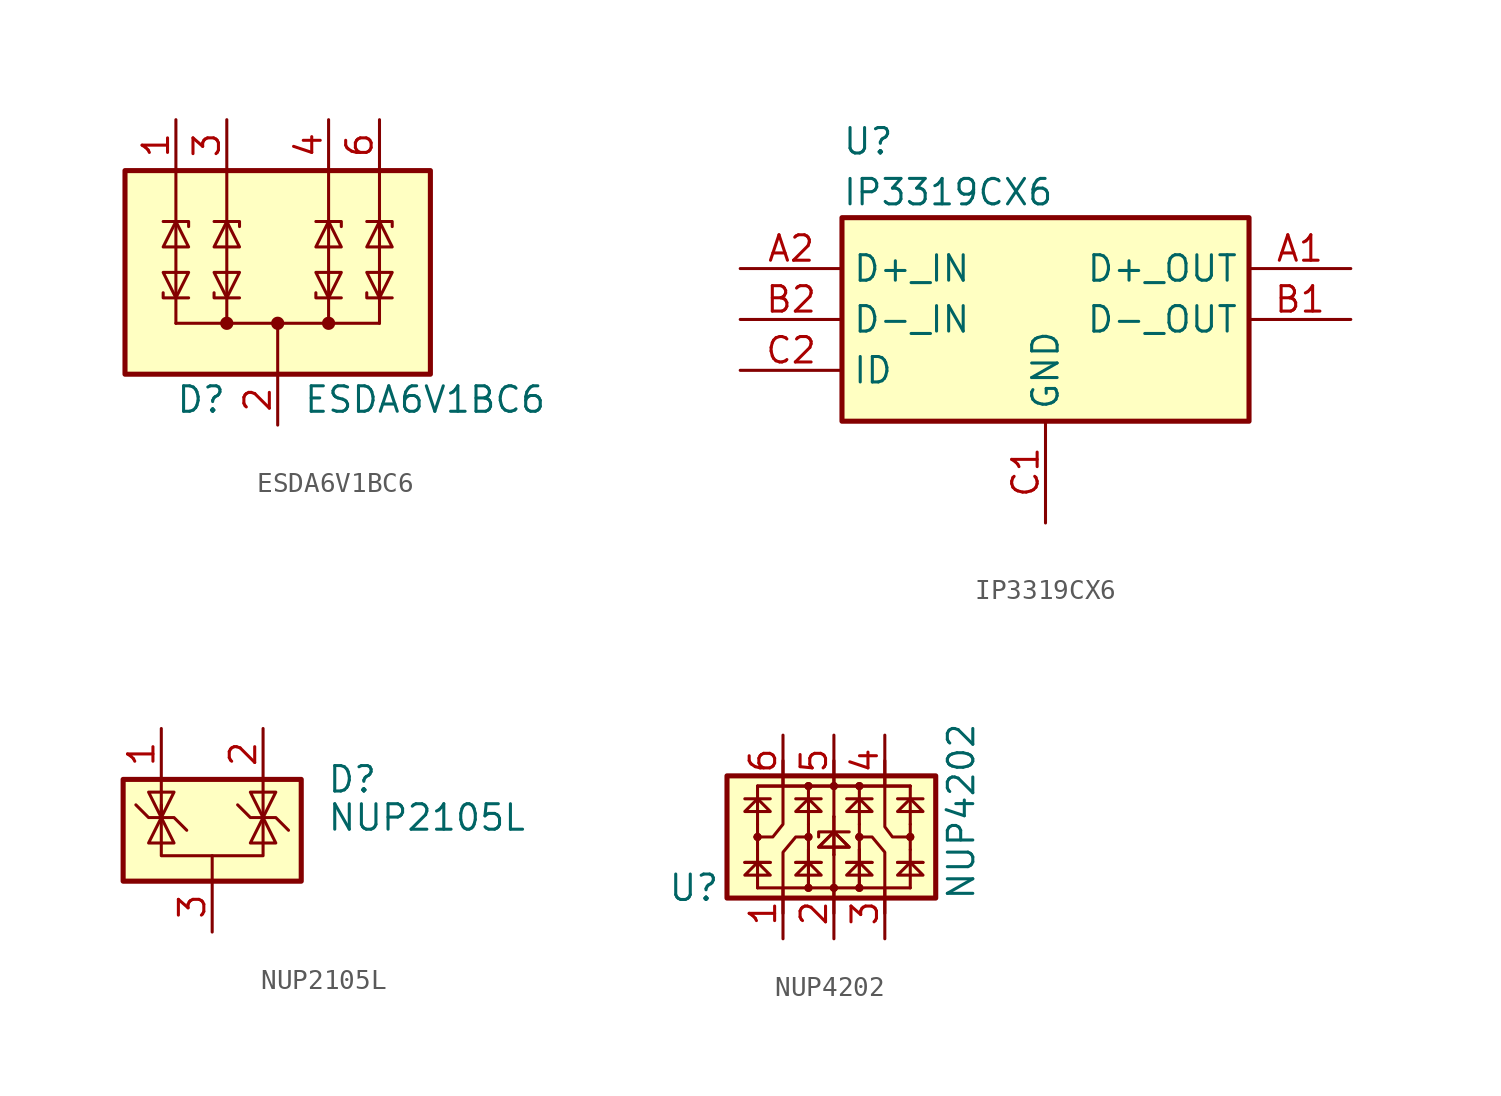
<source format=kicad_sym>
(kicad_symbol_lib
  (version 20201005)
  (generator kicad_symbol_editor)
  (symbol "ESDA6V1BC6"
    (pin_names hide)
    (property "Reference" "D"
      (at -2.54 -6.35 0)
      (effects (font (size 1.27 1.27)) (justify right)))
    (property "Value" "ESDA6V1BC6"
      (at 1.27 -6.35 0)
      (effects (font (size 1.27 1.27)) (justify left)))
    (symbol "ESDA6V1BC6_0_0"
      (pin passive line (at 0 -7.62 90) (length 2.54) (name "COM" (effects (font (size 1.27 1.27)))) (number "2" (effects (font (size 1.27 1.27))))))
    (symbol "ESDA6V1BC6_0_1"
      (circle (center -2.54 -2.54) (radius 0.254) (stroke (width 0)) (fill (type outline)))
      (circle (center 0 -2.54) (radius 0.254) (stroke (width 0)) (fill (type outline)))
      (circle (center 2.54 -2.54) (radius 0.254) (stroke (width 0)) (fill (type outline)))
      (rectangle (start -7.62 5.08) (end 7.62 -5.08) (stroke (width 0.254)) (fill (type background)))
      (polyline (pts (xy -5.08 -2.54) (xy -5.08 -1.27)) (stroke (width 0)) (fill (type none)))
      (polyline (pts (xy -5.08 -2.54) (xy 5.08 -2.54)) (stroke (width 0)) (fill (type none)))
      (polyline (pts (xy -5.08 2.54) (xy -5.08 -1.27)) (stroke (width 0)) (fill (type none)))
      (polyline (pts (xy -5.08 5.08) (xy -5.08 2.54)) (stroke (width 0)) (fill (type none)))
      (polyline (pts (xy -2.54 -2.54) (xy -2.54 -1.27)) (stroke (width 0)) (fill (type none)))
      (polyline (pts (xy -2.54 2.54) (xy -2.54 -1.27)) (stroke (width 0)) (fill (type none)))
      (polyline (pts (xy -2.54 5.08) (xy -2.54 2.54)) (stroke (width 0)) (fill (type none)))
      (polyline (pts (xy 0 -2.54) (xy 0 -5.08)) (stroke (width 0)) (fill (type none)))
      (polyline (pts (xy 2.54 -2.54) (xy 2.54 -1.27)) (stroke (width 0)) (fill (type none)))
      (polyline (pts (xy 2.54 2.54) (xy 2.54 -1.27)) (stroke (width 0)) (fill (type none)))
      (polyline (pts (xy 2.54 5.08) (xy 2.54 2.54)) (stroke (width 0)) (fill (type none)))
      (polyline (pts (xy 5.08 -2.54) (xy 5.08 -1.27)) (stroke (width 0)) (fill (type none)))
      (polyline (pts (xy 5.08 2.54) (xy 5.08 -1.27)) (stroke (width 0)) (fill (type none)))
      (polyline (pts (xy 5.08 5.08) (xy 5.08 2.54)) (stroke (width 0)) (fill (type none)))
      (polyline (pts (xy -5.715 -1.016) (xy -5.715 -1.27) (xy -4.445 -1.27)) (stroke (width 0)) (fill (type none)))
      (polyline (pts (xy -5.715 2.54) (xy -4.445 2.54) (xy -4.445 2.286)) (stroke (width 0)) (fill (type none)))
      (polyline (pts (xy -3.175 -1.016) (xy -3.175 -1.27) (xy -1.905 -1.27)) (stroke (width 0)) (fill (type none)))
      (polyline (pts (xy -3.175 2.54) (xy -1.905 2.54) (xy -1.905 2.286)) (stroke (width 0)) (fill (type none)))
      (polyline (pts (xy 1.905 -1.016) (xy 1.905 -1.27) (xy 3.175 -1.27)) (stroke (width 0)) (fill (type none)))
      (polyline (pts (xy 1.905 2.54) (xy 3.175 2.54) (xy 3.175 2.286)) (stroke (width 0)) (fill (type none)))
      (polyline (pts (xy 4.445 -1.016) (xy 4.445 -1.27) (xy 5.715 -1.27)) (stroke (width 0)) (fill (type none)))
      (polyline (pts (xy 4.445 2.54) (xy 5.715 2.54) (xy 5.715 2.286)) (stroke (width 0)) (fill (type none)))
      (polyline (pts (xy -5.08 -1.27) (xy -5.715 0) (xy -4.445 0) (xy -5.08 -1.27)) (stroke (width 0)) (fill (type none)))
      (polyline (pts (xy -5.08 2.54) (xy -4.445 1.27) (xy -5.715 1.27) (xy -5.08 2.54)) (stroke (width 0)) (fill (type none)))
      (polyline (pts (xy -2.54 -1.27) (xy -3.175 0) (xy -1.905 0) (xy -2.54 -1.27)) (stroke (width 0)) (fill (type none)))
      (polyline (pts (xy -2.54 2.54) (xy -1.905 1.27) (xy -3.175 1.27) (xy -2.54 2.54)) (stroke (width 0)) (fill (type none)))
      (polyline (pts (xy 2.54 -1.27) (xy 1.905 0) (xy 3.175 0) (xy 2.54 -1.27)) (stroke (width 0)) (fill (type none)))
      (polyline (pts (xy 2.54 2.54) (xy 3.175 1.27) (xy 1.905 1.27) (xy 2.54 2.54)) (stroke (width 0)) (fill (type none)))
      (polyline (pts (xy 5.08 -1.27) (xy 4.445 0) (xy 5.715 0) (xy 5.08 -1.27)) (stroke (width 0)) (fill (type none)))
      (polyline (pts (xy 5.08 2.54) (xy 5.715 1.27) (xy 4.445 1.27) (xy 5.08 2.54)) (stroke (width 0)) (fill (type none))))
    (symbol "ESDA6V1BC6_1_1"
      (pin passive line (at -5.08 7.62 270) (length 2.54) (name "TVS1" (effects (font (size 1.27 1.27)))) (number "1" (effects (font (size 1.27 1.27)))))
      (pin passive line (at -2.54 7.62 270) (length 2.54) (name "TVS2" (effects (font (size 1.27 1.27)))) (number "3" (effects (font (size 1.27 1.27)))))
      (pin passive line (at 2.54 7.62 270) (length 2.54) (name "TVS3" (effects (font (size 1.27 1.27)))) (number "4" (effects (font (size 1.27 1.27)))))
      (pin passive line (at 0 -7.62 90) (length 2.54) hide (name "COM" (effects (font (size 1.27 1.27)))) (number "5" (effects (font (size 1.27 1.27)))))
      (pin passive line (at 5.08 7.62 270) (length 2.54) (name "TVS4" (effects (font (size 1.27 1.27)))) (number "6" (effects (font (size 1.27 1.27)))))))
  (symbol "IP3319CX6"
    (property "Reference" "U"
      (at -10.16 8.89 0)
      (effects (font (size 1.27 1.27)) (justify left)))
    (property "Value" "IP3319CX6"
      (at -10.16 6.35 0)
      (effects (font (size 1.27 1.27)) (justify left)))
    (symbol "IP3319CX6_0_1"
      (rectangle (start -10.16 5.08) (end 10.16 -5.08) (stroke (width 0.254)) (fill (type background))))
    (symbol "IP3319CX6_1_1"
      (pin passive line (at 15.24 2.54 180) (length 5.08) (name "D+_OUT" (effects (font (size 1.27 1.27)))) (number "A1" (effects (font (size 1.27 1.27)))))
      (pin passive line (at -15.24 2.54 0) (length 5.08) (name "D+_IN" (effects (font (size 1.27 1.27)))) (number "A2" (effects (font (size 1.27 1.27)))))
      (pin passive line (at 15.24 0 180) (length 5.08) (name "D-_OUT" (effects (font (size 1.27 1.27)))) (number "B1" (effects (font (size 1.27 1.27)))))
      (pin passive line (at -15.24 0 0) (length 5.08) (name "D-_IN" (effects (font (size 1.27 1.27)))) (number "B2" (effects (font (size 1.27 1.27)))))
      (pin power_in line (at 0 -10.16 90) (length 5.08) (name "GND" (effects (font (size 1.27 1.27)))) (number "C1" (effects (font (size 1.27 1.27)))))
      (pin passive line (at -15.24 -2.54 0) (length 5.08) (name "ID" (effects (font (size 1.27 1.27)))) (number "C2" (effects (font (size 1.27 1.27)))))))
  (symbol "NUP2105L"
    (pin_names hide)
    (property "Reference" "D"
      (at 5.715 2.54 0)
      (effects (font (size 1.27 1.27)) (justify left)))
    (property "Value" "NUP2105L"
      (at 5.715 0.635 0)
      (effects (font (size 1.27 1.27)) (justify left)))
    (symbol "NUP2105L_0_0"
      (pin passive line (at 0 -5.08 90) (length 2.54) (name "A" (effects (font (size 1.27 1.27)))) (number "3" (effects (font (size 1.27 1.27))))))
    (symbol "NUP2105L_0_1"
      (rectangle (start -4.445 2.54) (end 4.445 -2.54) (stroke (width 0.254)) (fill (type background)))
      (polyline (pts (xy -2.54 2.54) (xy -2.54 0.635)) (stroke (width 0)) (fill (type none)))
      (polyline (pts (xy 0 -1.27) (xy 0 -2.54)) (stroke (width 0)) (fill (type none)))
      (polyline (pts (xy 2.54 2.54) (xy 2.54 0.635)) (stroke (width 0)) (fill (type none)))
      (polyline (pts (xy -3.81 1.27) (xy -3.175 0.635) (xy -1.905 0.635) (xy -1.27 0)) (stroke (width 0)) (fill (type none)))
      (polyline (pts (xy -2.54 0.635) (xy -2.54 -1.27) (xy 2.54 -1.27) (xy 2.54 0.635)) (stroke (width 0)) (fill (type none)))
      (polyline (pts (xy -2.54 0.635) (xy -1.905 -0.635) (xy -3.175 -0.635) (xy -2.54 0.635)) (stroke (width 0)) (fill (type none)))
      (polyline (pts (xy 2.54 0.635) (xy 1.905 -0.635) (xy 3.175 -0.635) (xy 2.54 0.635)) (stroke (width 0)) (fill (type none)))
      (polyline (pts (xy 2.54 0.635) (xy 3.175 1.905) (xy 1.905 1.905) (xy 2.54 0.635)) (stroke (width 0)) (fill (type none)))
      (polyline (pts (xy -2.54 0.635) (xy -3.175 1.905) (xy -1.905 1.905) (xy -2.54 0.635) (xy -2.54 1.27)) (stroke (width 0)) (fill (type none)))
      (polyline (pts (xy 1.27 1.27) (xy 1.905 0.635) (xy 2.54 0.635) (xy 3.175 0.635) (xy 3.81 0)) (stroke (width 0)) (fill (type none))))
    (symbol "NUP2105L_1_1"
      (pin passive line (at -2.54 5.08 270) (length 2.54) (name "K" (effects (font (size 1.27 1.27)))) (number "1" (effects (font (size 1.27 1.27)))))
      (pin passive line (at 2.54 5.08 270) (length 2.54) (name "K" (effects (font (size 1.27 1.27)))) (number "2" (effects (font (size 1.27 1.27)))))))
  (symbol "NUP4202"
    (property "Reference" "U"
      (at -6.985 -2.54 0)
      (effects (font (size 1.27 1.27))))
    (property "Value" "NUP4202"
      (at 6.35 1.27 90)
      (effects (font (size 1.27 1.27))))
    (symbol "NUP4202_0_1"
      (circle (center -3.81 0) (radius 0.127) (stroke (width 0)) (fill (type none)))
      (circle (center -3.81 0) (radius 0.127) (stroke (width 0)) (fill (type none)))
      (circle (center -1.27 -2.54) (radius 0.127) (stroke (width 0)) (fill (type none)))
      (circle (center -1.27 -2.54) (radius 0.127) (stroke (width 0)) (fill (type none)))
      (circle (center -1.27 0) (radius 0.127) (stroke (width 0)) (fill (type none)))
      (circle (center -1.27 0) (radius 0.127) (stroke (width 0)) (fill (type none)))
      (circle (center -1.27 2.54) (radius 0.127) (stroke (width 0)) (fill (type none)))
      (circle (center -1.27 2.54) (radius 0.127) (stroke (width 0)) (fill (type none)))
      (circle (center 0 -2.54) (radius 0.127) (stroke (width 0)) (fill (type none)))
      (circle (center 0 -2.54) (radius 0.127) (stroke (width 0)) (fill (type none)))
      (circle (center 0 2.54) (radius 0.127) (stroke (width 0)) (fill (type none)))
      (circle (center 0 2.54) (radius 0.127) (stroke (width 0)) (fill (type none)))
      (circle (center 1.27 -2.54) (radius 0.127) (stroke (width 0)) (fill (type none)))
      (circle (center 1.27 -2.54) (radius 0.127) (stroke (width 0)) (fill (type none)))
      (circle (center 1.27 0) (radius 0.127) (stroke (width 0)) (fill (type none)))
      (circle (center 1.27 0) (radius 0.127) (stroke (width 0)) (fill (type none)))
      (circle (center 1.27 2.54) (radius 0.127) (stroke (width 0)) (fill (type none)))
      (circle (center 1.27 2.54) (radius 0.127) (stroke (width 0)) (fill (type none)))
      (circle (center 3.81 0) (radius 0.127) (stroke (width 0)) (fill (type none)))
      (circle (center 3.81 0) (radius 0.127) (stroke (width 0)) (fill (type none)))
      (rectangle (start -5.334 3.048) (end 5.08 -3.048) (stroke (width 0.254)) (fill (type background)))
      (polyline (pts (xy -4.445 -1.27) (xy -3.175 -1.27)) (stroke (width 0)) (fill (type none)))
      (polyline (pts (xy -4.445 -1.27) (xy -3.175 -1.27)) (stroke (width 0)) (fill (type none)))
      (polyline (pts (xy -4.445 1.905) (xy -3.175 1.905)) (stroke (width 0)) (fill (type none)))
      (polyline (pts (xy -3.81 -2.54) (xy -3.81 -0.635)) (stroke (width 0)) (fill (type none)))
      (polyline (pts (xy -3.81 -2.54) (xy 3.81 -2.54)) (stroke (width 0)) (fill (type none)))
      (polyline (pts (xy -3.81 -0.635) (xy -3.81 0.635)) (stroke (width 0)) (fill (type none)))
      (polyline (pts (xy -3.81 0.635) (xy -3.81 2.54)) (stroke (width 0)) (fill (type none)))
      (polyline (pts (xy -3.81 2.54) (xy 3.81 2.54)) (stroke (width 0)) (fill (type none)))
      (polyline (pts (xy -3.81 2.54) (xy 3.81 2.54)) (stroke (width 0)) (fill (type none)))
      (polyline (pts (xy -1.905 -1.27) (xy -0.635 -1.27)) (stroke (width 0)) (fill (type none)))
      (polyline (pts (xy -1.905 -1.27) (xy -0.635 -1.27)) (stroke (width 0)) (fill (type none)))
      (polyline (pts (xy -1.905 1.905) (xy -0.635 1.905)) (stroke (width 0)) (fill (type none)))
      (polyline (pts (xy -1.27 -2.54) (xy -1.27 -0.635)) (stroke (width 0)) (fill (type none)))
      (polyline (pts (xy -1.27 -2.54) (xy -1.27 -0.635)) (stroke (width 0)) (fill (type none)))
      (polyline (pts (xy -1.27 0.635) (xy -1.27 -0.635)) (stroke (width 0)) (fill (type none)))
      (polyline (pts (xy -1.27 0.635) (xy -1.27 2.54)) (stroke (width 0)) (fill (type none)))
      (polyline (pts (xy 0 -0.889) (xy 0 -3.81)) (stroke (width 0)) (fill (type none)))
      (polyline (pts (xy 0 -0.889) (xy 0 1.016)) (stroke (width 0)) (fill (type none)))
      (polyline (pts (xy 0 -0.889) (xy 0 1.016)) (stroke (width 0)) (fill (type none)))
      (polyline (pts (xy 0 1.016) (xy 0 3.81)) (stroke (width 0)) (fill (type none)))
      (polyline (pts (xy 0.635 -1.27) (xy 1.905 -1.27)) (stroke (width 0)) (fill (type none)))
      (polyline (pts (xy 0.635 -1.27) (xy 1.905 -1.27)) (stroke (width 0)) (fill (type none)))
      (polyline (pts (xy 0.635 1.905) (xy 1.905 1.905)) (stroke (width 0)) (fill (type none)))
      (polyline (pts (xy 1.27 -2.54) (xy 1.27 -0.635)) (stroke (width 0)) (fill (type none)))
      (polyline (pts (xy 1.27 -2.54) (xy 1.27 -0.635)) (stroke (width 0)) (fill (type none)))
      (polyline (pts (xy 1.27 0.635) (xy 1.27 -0.635)) (stroke (width 0)) (fill (type none)))
      (polyline (pts (xy 1.27 0.635) (xy 1.27 2.54)) (stroke (width 0)) (fill (type none)))
      (polyline (pts (xy 3.175 -1.27) (xy 4.445 -1.27)) (stroke (width 0)) (fill (type none)))
      (polyline (pts (xy 3.175 -1.27) (xy 4.445 -1.27)) (stroke (width 0)) (fill (type none)))
      (polyline (pts (xy 3.175 1.905) (xy 4.445 1.905)) (stroke (width 0)) (fill (type none)))
      (polyline (pts (xy 3.81 -2.54) (xy 3.81 -0.635)) (stroke (width 0)) (fill (type none)))
      (polyline (pts (xy 3.81 0.635) (xy 3.81 -0.635)) (stroke (width 0)) (fill (type none)))
      (polyline (pts (xy 3.81 0.635) (xy 3.81 2.54)) (stroke (width 0)) (fill (type none)))
      (polyline (pts (xy 0.762 0.254) (xy -0.762 0.254) (xy -0.762 0)) (stroke (width 0)) (fill (type none)))
      (polyline (pts (xy -4.445 -1.905) (xy -3.175 -1.905) (xy -3.81 -1.27) (xy -4.445 -1.905)) (stroke (width 0)) (fill (type none)))
      (polyline (pts (xy -4.445 1.27) (xy -3.175 1.27) (xy -3.81 1.905) (xy -4.445 1.27)) (stroke (width 0)) (fill (type none)))
      (polyline (pts (xy -2.54 -3.81) (xy -2.54 -0.762) (xy -1.905 0) (xy -1.27 0)) (stroke (width 0)) (fill (type none)))
      (polyline (pts (xy -2.54 3.81) (xy -2.54 0.635) (xy -3.048 0) (xy -3.937 0)) (stroke (width 0)) (fill (type none)))
      (polyline (pts (xy -1.905 -1.905) (xy -0.635 -1.905) (xy -1.27 -1.27) (xy -1.905 -1.905)) (stroke (width 0)) (fill (type none)))
      (polyline (pts (xy -1.905 1.27) (xy -0.635 1.27) (xy -1.27 1.905) (xy -1.905 1.27)) (stroke (width 0)) (fill (type none)))
      (polyline (pts (xy -0.762 -0.508) (xy 0.762 -0.508) (xy 0 0.254) (xy -0.762 -0.508)) (stroke (width 0)) (fill (type none)))
      (polyline (pts (xy -0.762 -0.508) (xy 0.762 -0.508) (xy 0 0.254) (xy -0.762 -0.508)) (stroke (width 0)) (fill (type none)))
      (polyline (pts (xy 0.635 -1.905) (xy 1.905 -1.905) (xy 1.27 -1.27) (xy 0.635 -1.905)) (stroke (width 0)) (fill (type none)))
      (polyline (pts (xy 0.635 1.27) (xy 1.905 1.27) (xy 1.27 1.905) (xy 0.635 1.27)) (stroke (width 0)) (fill (type none)))
      (polyline (pts (xy 2.54 -3.81) (xy 2.54 -0.762) (xy 1.905 0) (xy 1.143 0)) (stroke (width 0)) (fill (type none)))
      (polyline (pts (xy 2.54 3.81) (xy 2.54 0.508) (xy 2.921 0) (xy 3.81 0)) (stroke (width 0)) (fill (type none)))
      (polyline (pts (xy 3.175 -1.905) (xy 4.445 -1.905) (xy 3.81 -1.27) (xy 3.175 -1.905)) (stroke (width 0)) (fill (type none)))
      (polyline (pts (xy 3.175 1.27) (xy 4.445 1.27) (xy 3.81 1.905) (xy 3.175 1.27)) (stroke (width 0)) (fill (type none))))
    (symbol "NUP4202_1_1"
      (pin passive line (at -2.54 -5.08 90) (length 2.54) (name "~" (effects (font (size 1.27 1.27)))) (number "1" (effects (font (size 1.27 1.27)))))
      (pin passive line (at 0 -5.08 90) (length 2.54) (name "~" (effects (font (size 1.27 1.27)))) (number "2" (effects (font (size 1.27 1.27)))))
      (pin passive line (at 2.54 -5.08 90) (length 2.54) (name "~" (effects (font (size 1.27 1.27)))) (number "3" (effects (font (size 1.27 1.27)))))
      (pin passive line (at 2.54 5.08 270) (length 2.54) (name "~" (effects (font (size 1.27 1.27)))) (number "4" (effects (font (size 1.27 1.27)))))
      (pin passive line (at 0 5.08 270) (length 2.54) (name "~" (effects (font (size 1.27 1.27)))) (number "5" (effects (font (size 1.27 1.27)))))
      (pin passive line (at -2.54 5.08 270) (length 2.54) (name "~" (effects (font (size 1.27 1.27)))) (number "6" (effects (font (size 1.27 1.27))))))))
</source>
